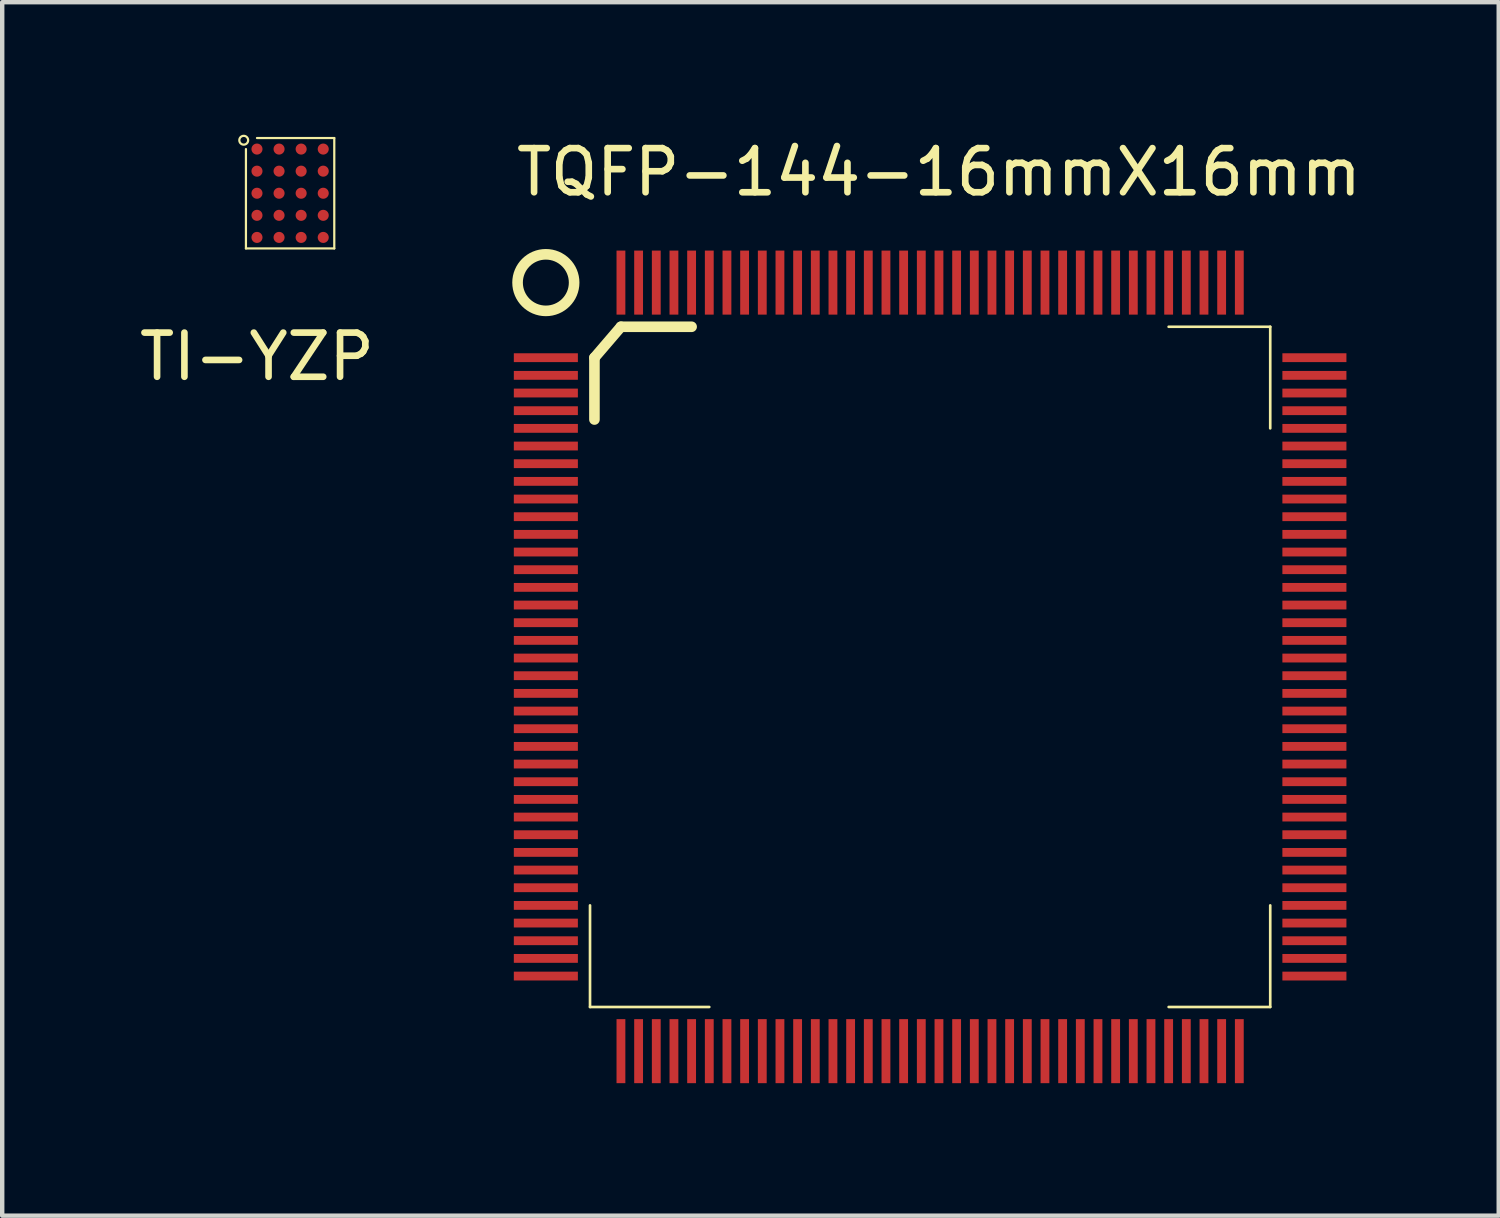
<source format=kicad_pcb>
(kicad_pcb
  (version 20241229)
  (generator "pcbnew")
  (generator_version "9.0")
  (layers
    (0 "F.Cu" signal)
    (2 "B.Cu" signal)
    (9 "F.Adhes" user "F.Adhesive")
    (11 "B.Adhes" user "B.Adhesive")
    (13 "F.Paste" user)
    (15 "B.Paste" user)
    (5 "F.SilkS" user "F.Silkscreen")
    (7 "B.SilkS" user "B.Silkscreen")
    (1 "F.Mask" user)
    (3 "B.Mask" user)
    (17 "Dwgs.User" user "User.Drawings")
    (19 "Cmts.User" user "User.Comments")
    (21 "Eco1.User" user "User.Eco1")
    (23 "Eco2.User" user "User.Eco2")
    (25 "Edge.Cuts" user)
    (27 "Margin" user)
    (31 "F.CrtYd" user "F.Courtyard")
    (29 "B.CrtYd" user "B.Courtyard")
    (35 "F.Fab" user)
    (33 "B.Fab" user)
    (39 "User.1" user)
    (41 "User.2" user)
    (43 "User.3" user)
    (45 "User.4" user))
  (footprint "TQFP-144-16mmX16mm"
    (layer "F.Cu")
    (at 9.308 5.048)
    (property "Reference" "TQFP-144-16mmX16mm" (at 8.9 -4.2 0) (layer "F.SilkS") (effects (font (size 1 1) (thickness 0.15))))
    (attr through_hole)
    (fp_line (start 1 12.4) (end 1 14.7) (stroke (width 0.06) (type solid)) (layer "F.SilkS"))
    (fp_line (start 1 14.7) (end 3.7 14.7) (stroke (width 0.06) (type solid)) (layer "F.SilkS"))
    (fp_line (start 1.1 0) (end 1.7 -0.7) (stroke (width 0.24) (type solid)) (layer "F.SilkS"))
    (fp_line (start 1.1 1.4) (end 1.1 0) (stroke (width 0.24) (type solid)) (layer "F.SilkS"))
    (fp_line (start 1.7 -0.7) (end 3.3 -0.7) (stroke (width 0.24) (type solid)) (layer "F.SilkS"))
    (fp_line (start 14.1 14.7) (end 16.4 14.7) (stroke (width 0.06) (type solid)) (layer "F.SilkS"))
    (fp_line (start 16.4 -0.7) (end 14.1 -0.7) (stroke (width 0.06) (type solid)) (layer "F.SilkS"))
    (fp_line (start 16.4 1.6) (end 16.4 -0.7) (stroke (width 0.06) (type solid)) (layer "F.SilkS"))
    (fp_line (start 16.4 14.7) (end 16.4 12.4) (stroke (width 0.06) (type solid)) (layer "F.SilkS"))
    (fp_circle (center 0 -1.7) (end 0.4 -1.2) (stroke (width 0.24) (type solid)) (fill no) (layer "F.SilkS"))
    (pad "1" smd rect (at 0 0) (size 1.45 0.2) (layers "F.Cu" "F.Mask" "F.Paste"))
    (pad "2" smd rect (at 0 0.4) (size 1.45 0.2) (layers "F.Cu" "F.Mask" "F.Paste"))
    (pad "3" smd rect (at 0 0.8) (size 1.45 0.2) (layers "F.Cu" "F.Mask" "F.Paste"))
    (pad "4" smd rect (at 0 1.2) (size 1.45 0.2) (layers "F.Cu" "F.Mask" "F.Paste"))
    (pad "5" smd rect (at 0 1.6) (size 1.45 0.2) (layers "F.Cu" "F.Mask" "F.Paste"))
    (pad "6" smd rect (at 0 2) (size 1.45 0.2) (layers "F.Cu" "F.Mask" "F.Paste"))
    (pad "7" smd rect (at 0 2.4) (size 1.45 0.2) (layers "F.Cu" "F.Mask" "F.Paste"))
    (pad "8" smd rect (at 0 2.8) (size 1.45 0.2) (layers "F.Cu" "F.Mask" "F.Paste"))
    (pad "9" smd rect (at 0 3.2) (size 1.45 0.2) (layers "F.Cu" "F.Mask" "F.Paste"))
    (pad "10" smd rect (at 0 3.6) (size 1.45 0.2) (layers "F.Cu" "F.Mask" "F.Paste"))
    (pad "11" smd rect (at 0 4) (size 1.45 0.2) (layers "F.Cu" "F.Mask" "F.Paste"))
    (pad "12" smd rect (at 0 4.4) (size 1.45 0.2) (layers "F.Cu" "F.Mask" "F.Paste"))
    (pad "13" smd rect (at 0 4.8) (size 1.45 0.2) (layers "F.Cu" "F.Mask" "F.Paste"))
    (pad "14" smd rect (at 0 5.2) (size 1.45 0.2) (layers "F.Cu" "F.Mask" "F.Paste"))
    (pad "15" smd rect (at 0 5.6) (size 1.45 0.2) (layers "F.Cu" "F.Mask" "F.Paste"))
    (pad "16" smd rect (at 0 6) (size 1.45 0.2) (layers "F.Cu" "F.Mask" "F.Paste"))
    (pad "17" smd rect (at 0 6.4) (size 1.45 0.2) (layers "F.Cu" "F.Mask" "F.Paste"))
    (pad "18" smd rect (at 0 6.8) (size 1.45 0.2) (layers "F.Cu" "F.Mask" "F.Paste"))
    (pad "19" smd rect (at 0 7.2) (size 1.45 0.2) (layers "F.Cu" "F.Mask" "F.Paste"))
    (pad "20" smd rect (at 0 7.6) (size 1.45 0.2) (layers "F.Cu" "F.Mask" "F.Paste"))
    (pad "21" smd rect (at 0 8) (size 1.45 0.2) (layers "F.Cu" "F.Mask" "F.Paste"))
    (pad "22" smd rect (at 0 8.4) (size 1.45 0.2) (layers "F.Cu" "F.Mask" "F.Paste"))
    (pad "23" smd rect (at 0 8.8) (size 1.45 0.2) (layers "F.Cu" "F.Mask" "F.Paste"))
    (pad "24" smd rect (at 0 9.2) (size 1.45 0.2) (layers "F.Cu" "F.Mask" "F.Paste"))
    (pad "25" smd rect (at 0 9.6) (size 1.45 0.2) (layers "F.Cu" "F.Mask" "F.Paste"))
    (pad "26" smd rect (at 0 10) (size 1.45 0.2) (layers "F.Cu" "F.Mask" "F.Paste"))
    (pad "27" smd rect (at 0 10.4) (size 1.45 0.2) (layers "F.Cu" "F.Mask" "F.Paste"))
    (pad "28" smd rect (at 0 10.8) (size 1.45 0.2) (layers "F.Cu" "F.Mask" "F.Paste"))
    (pad "29" smd rect (at 0 11.2) (size 1.45 0.2) (layers "F.Cu" "F.Mask" "F.Paste"))
    (pad "30" smd rect (at 0 11.6) (size 1.45 0.2) (layers "F.Cu" "F.Mask" "F.Paste"))
    (pad "31" smd rect (at 0 12) (size 1.45 0.2) (layers "F.Cu" "F.Mask" "F.Paste"))
    (pad "32" smd rect (at 0 12.4) (size 1.45 0.2) (layers "F.Cu" "F.Mask" "F.Paste"))
    (pad "33" smd rect (at 0 12.8) (size 1.45 0.2) (layers "F.Cu" "F.Mask" "F.Paste"))
    (pad "34" smd rect (at 0 13.2) (size 1.45 0.2) (layers "F.Cu" "F.Mask" "F.Paste"))
    (pad "35" smd rect (at 0 13.6) (size 1.45 0.2) (layers "F.Cu" "F.Mask" "F.Paste"))
    (pad "36" smd rect (at 0 14) (size 1.45 0.2) (layers "F.Cu" "F.Mask" "F.Paste"))
    (pad "37" smd rect (at 1.7 15.7) (size 0.2 1.45) (layers "F.Cu" "F.Mask" "F.Paste"))
    (pad "38" smd rect (at 2.1 15.7) (size 0.2 1.45) (layers "F.Cu" "F.Mask" "F.Paste"))
    (pad "39" smd rect (at 2.5 15.7) (size 0.2 1.45) (layers "F.Cu" "F.Mask" "F.Paste"))
    (pad "40" smd rect (at 2.9 15.7) (size 0.2 1.45) (layers "F.Cu" "F.Mask" "F.Paste"))
    (pad "41" smd rect (at 3.3 15.7) (size 0.2 1.45) (layers "F.Cu" "F.Mask" "F.Paste"))
    (pad "42" smd rect (at 3.7 15.7) (size 0.2 1.45) (layers "F.Cu" "F.Mask" "F.Paste"))
    (pad "43" smd rect (at 4.1 15.7) (size 0.2 1.45) (layers "F.Cu" "F.Mask" "F.Paste"))
    (pad "44" smd rect (at 4.5 15.7) (size 0.2 1.45) (layers "F.Cu" "F.Mask" "F.Paste"))
    (pad "45" smd rect (at 4.9 15.7) (size 0.2 1.45) (layers "F.Cu" "F.Mask" "F.Paste"))
    (pad "46" smd rect (at 5.3 15.7) (size 0.2 1.45) (layers "F.Cu" "F.Mask" "F.Paste"))
    (pad "47" smd rect (at 5.7 15.7) (size 0.2 1.45) (layers "F.Cu" "F.Mask" "F.Paste"))
    (pad "48" smd rect (at 6.1 15.7) (size 0.2 1.45) (layers "F.Cu" "F.Mask" "F.Paste"))
    (pad "49" smd rect (at 6.5 15.7) (size 0.2 1.45) (layers "F.Cu" "F.Mask" "F.Paste"))
    (pad "50" smd rect (at 6.9 15.7) (size 0.2 1.45) (layers "F.Cu" "F.Mask" "F.Paste"))
    (pad "51" smd rect (at 7.3 15.7) (size 0.2 1.45) (layers "F.Cu" "F.Mask" "F.Paste"))
    (pad "52" smd rect (at 7.7 15.7) (size 0.2 1.45) (layers "F.Cu" "F.Mask" "F.Paste"))
    (pad "53" smd rect (at 8.1 15.7) (size 0.2 1.45) (layers "F.Cu" "F.Mask" "F.Paste"))
    (pad "54" smd rect (at 8.5 15.7) (size 0.2 1.45) (layers "F.Cu" "F.Mask" "F.Paste"))
    (pad "55" smd rect (at 8.9 15.7) (size 0.2 1.45) (layers "F.Cu" "F.Mask" "F.Paste"))
    (pad "56" smd rect (at 9.3 15.7) (size 0.2 1.45) (layers "F.Cu" "F.Mask" "F.Paste"))
    (pad "57" smd rect (at 9.7 15.7) (size 0.2 1.45) (layers "F.Cu" "F.Mask" "F.Paste"))
    (pad "58" smd rect (at 10.1 15.7) (size 0.2 1.45) (layers "F.Cu" "F.Mask" "F.Paste"))
    (pad "59" smd rect (at 10.5 15.7) (size 0.2 1.45) (layers "F.Cu" "F.Mask" "F.Paste"))
    (pad "60" smd rect (at 10.9 15.7) (size 0.2 1.45) (layers "F.Cu" "F.Mask" "F.Paste"))
    (pad "61" smd rect (at 11.3 15.7) (size 0.2 1.45) (layers "F.Cu" "F.Mask" "F.Paste"))
    (pad "62" smd rect (at 11.7 15.7) (size 0.2 1.45) (layers "F.Cu" "F.Mask" "F.Paste"))
    (pad "63" smd rect (at 12.1 15.7) (size 0.2 1.45) (layers "F.Cu" "F.Mask" "F.Paste"))
    (pad "64" smd rect (at 12.5 15.7) (size 0.2 1.45) (layers "F.Cu" "F.Mask" "F.Paste"))
    (pad "65" smd rect (at 12.9 15.7) (size 0.2 1.45) (layers "F.Cu" "F.Mask" "F.Paste"))
    (pad "66" smd rect (at 13.3 15.7) (size 0.2 1.45) (layers "F.Cu" "F.Mask" "F.Paste"))
    (pad "67" smd rect (at 13.7 15.7) (size 0.2 1.45) (layers "F.Cu" "F.Mask" "F.Paste"))
    (pad "68" smd rect (at 14.1 15.7) (size 0.2 1.45) (layers "F.Cu" "F.Mask" "F.Paste"))
    (pad "69" smd rect (at 14.5 15.7) (size 0.2 1.45) (layers "F.Cu" "F.Mask" "F.Paste"))
    (pad "70" smd rect (at 14.9 15.7) (size 0.2 1.45) (layers "F.Cu" "F.Mask" "F.Paste"))
    (pad "71" smd rect (at 15.3 15.7) (size 0.2 1.45) (layers "F.Cu" "F.Mask" "F.Paste"))
    (pad "72" smd rect (at 15.7 15.7) (size 0.2 1.45) (layers "F.Cu" "F.Mask" "F.Paste"))
    (pad "73" smd rect (at 17.4 14) (size 1.45 0.2) (layers "F.Cu" "F.Mask" "F.Paste"))
    (pad "74" smd rect (at 17.4 13.6) (size 1.45 0.2) (layers "F.Cu" "F.Mask" "F.Paste"))
    (pad "75" smd rect (at 17.4 13.2) (size 1.45 0.2) (layers "F.Cu" "F.Mask" "F.Paste"))
    (pad "76" smd rect (at 17.4 12.8) (size 1.45 0.2) (layers "F.Cu" "F.Mask" "F.Paste"))
    (pad "77" smd rect (at 17.4 12.4) (size 1.45 0.2) (layers "F.Cu" "F.Mask" "F.Paste"))
    (pad "78" smd rect (at 17.4 12) (size 1.45 0.2) (layers "F.Cu" "F.Mask" "F.Paste"))
    (pad "79" smd rect (at 17.4 11.6) (size 1.45 0.2) (layers "F.Cu" "F.Mask" "F.Paste"))
    (pad "80" smd rect (at 17.4 11.2) (size 1.45 0.2) (layers "F.Cu" "F.Mask" "F.Paste"))
    (pad "81" smd rect (at 17.4 10.8) (size 1.45 0.2) (layers "F.Cu" "F.Mask" "F.Paste"))
    (pad "82" smd rect (at 17.4 10.4) (size 1.45 0.2) (layers "F.Cu" "F.Mask" "F.Paste"))
    (pad "83" smd rect (at 17.4 10) (size 1.45 0.2) (layers "F.Cu" "F.Mask" "F.Paste"))
    (pad "84" smd rect (at 17.4 9.6) (size 1.45 0.2) (layers "F.Cu" "F.Mask" "F.Paste"))
    (pad "85" smd rect (at 17.4 9.2) (size 1.45 0.2) (layers "F.Cu" "F.Mask" "F.Paste"))
    (pad "86" smd rect (at 17.4 8.8) (size 1.45 0.2) (layers "F.Cu" "F.Mask" "F.Paste"))
    (pad "87" smd rect (at 17.4 8.4) (size 1.45 0.2) (layers "F.Cu" "F.Mask" "F.Paste"))
    (pad "88" smd rect (at 17.4 8) (size 1.45 0.2) (layers "F.Cu" "F.Mask" "F.Paste"))
    (pad "89" smd rect (at 17.4 7.6) (size 1.45 0.2) (layers "F.Cu" "F.Mask" "F.Paste"))
    (pad "90" smd rect (at 17.4 7.2) (size 1.45 0.2) (layers "F.Cu" "F.Mask" "F.Paste"))
    (pad "91" smd rect (at 17.4 6.8) (size 1.45 0.2) (layers "F.Cu" "F.Mask" "F.Paste"))
    (pad "92" smd rect (at 17.4 6.4) (size 1.45 0.2) (layers "F.Cu" "F.Mask" "F.Paste"))
    (pad "93" smd rect (at 17.4 6) (size 1.45 0.2) (layers "F.Cu" "F.Mask" "F.Paste"))
    (pad "94" smd rect (at 17.4 5.6) (size 1.45 0.2) (layers "F.Cu" "F.Mask" "F.Paste"))
    (pad "95" smd rect (at 17.4 5.2) (size 1.45 0.2) (layers "F.Cu" "F.Mask" "F.Paste"))
    (pad "96" smd rect (at 17.4 4.8) (size 1.45 0.2) (layers "F.Cu" "F.Mask" "F.Paste"))
    (pad "97" smd rect (at 17.4 4.4) (size 1.45 0.2) (layers "F.Cu" "F.Mask" "F.Paste"))
    (pad "98" smd rect (at 17.4 4) (size 1.45 0.2) (layers "F.Cu" "F.Mask" "F.Paste"))
    (pad "99" smd rect (at 17.4 3.6) (size 1.45 0.2) (layers "F.Cu" "F.Mask" "F.Paste"))
    (pad "100" smd rect (at 17.4 3.2) (size 1.45 0.2) (layers "F.Cu" "F.Mask" "F.Paste"))
    (pad "101" smd rect (at 17.4 2.8) (size 1.45 0.2) (layers "F.Cu" "F.Mask" "F.Paste"))
    (pad "102" smd rect (at 17.4 2.4) (size 1.45 0.2) (layers "F.Cu" "F.Mask" "F.Paste"))
    (pad "103" smd rect (at 17.4 2) (size 1.45 0.2) (layers "F.Cu" "F.Mask" "F.Paste"))
    (pad "104" smd rect (at 17.4 1.6) (size 1.45 0.2) (layers "F.Cu" "F.Mask" "F.Paste"))
    (pad "105" smd rect (at 17.4 1.2) (size 1.45 0.2) (layers "F.Cu" "F.Mask" "F.Paste"))
    (pad "106" smd rect (at 17.4 0.8) (size 1.45 0.2) (layers "F.Cu" "F.Mask" "F.Paste"))
    (pad "107" smd rect (at 17.4 0.4) (size 1.45 0.2) (layers "F.Cu" "F.Mask" "F.Paste"))
    (pad "108" smd rect (at 17.4 0) (size 1.45 0.2) (layers "F.Cu" "F.Mask" "F.Paste"))
    (pad "109" smd rect (at 15.7 -1.7) (size 0.2 1.45) (layers "F.Cu" "F.Mask" "F.Paste"))
    (pad "110" smd rect (at 15.3 -1.7) (size 0.2 1.45) (layers "F.Cu" "F.Mask" "F.Paste"))
    (pad "111" smd rect (at 14.9 -1.7) (size 0.2 1.45) (layers "F.Cu" "F.Mask" "F.Paste"))
    (pad "112" smd rect (at 14.5 -1.7) (size 0.2 1.45) (layers "F.Cu" "F.Mask" "F.Paste"))
    (pad "113" smd rect (at 14.1 -1.7) (size 0.2 1.45) (layers "F.Cu" "F.Mask" "F.Paste"))
    (pad "114" smd rect (at 13.7 -1.7) (size 0.2 1.45) (layers "F.Cu" "F.Mask" "F.Paste"))
    (pad "115" smd rect (at 13.3 -1.7) (size 0.2 1.45) (layers "F.Cu" "F.Mask" "F.Paste"))
    (pad "116" smd rect (at 12.9 -1.7) (size 0.2 1.45) (layers "F.Cu" "F.Mask" "F.Paste"))
    (pad "117" smd rect (at 12.5 -1.7) (size 0.2 1.45) (layers "F.Cu" "F.Mask" "F.Paste"))
    (pad "118" smd rect (at 12.1 -1.7) (size 0.2 1.45) (layers "F.Cu" "F.Mask" "F.Paste"))
    (pad "119" smd rect (at 11.7 -1.7) (size 0.2 1.45) (layers "F.Cu" "F.Mask" "F.Paste"))
    (pad "120" smd rect (at 11.3 -1.7) (size 0.2 1.45) (layers "F.Cu" "F.Mask" "F.Paste"))
    (pad "121" smd rect (at 10.9 -1.7) (size 0.2 1.45) (layers "F.Cu" "F.Mask" "F.Paste"))
    (pad "122" smd rect (at 10.5 -1.7) (size 0.2 1.45) (layers "F.Cu" "F.Mask" "F.Paste"))
    (pad "123" smd rect (at 10.1 -1.7) (size 0.2 1.45) (layers "F.Cu" "F.Mask" "F.Paste"))
    (pad "124" smd rect (at 9.7 -1.7) (size 0.2 1.45) (layers "F.Cu" "F.Mask" "F.Paste"))
    (pad "125" smd rect (at 9.3 -1.7) (size 0.2 1.45) (layers "F.Cu" "F.Mask" "F.Paste"))
    (pad "126" smd rect (at 8.9 -1.7) (size 0.2 1.45) (layers "F.Cu" "F.Mask" "F.Paste"))
    (pad "127" smd rect (at 8.5 -1.7) (size 0.2 1.45) (layers "F.Cu" "F.Mask" "F.Paste"))
    (pad "128" smd rect (at 8.1 -1.7) (size 0.2 1.45) (layers "F.Cu" "F.Mask" "F.Paste"))
    (pad "129" smd rect (at 7.7 -1.7) (size 0.2 1.45) (layers "F.Cu" "F.Mask" "F.Paste"))
    (pad "130" smd rect (at 7.3 -1.7) (size 0.2 1.45) (layers "F.Cu" "F.Mask" "F.Paste"))
    (pad "131" smd rect (at 6.9 -1.7) (size 0.2 1.45) (layers "F.Cu" "F.Mask" "F.Paste"))
    (pad "132" smd rect (at 6.5 -1.7) (size 0.2 1.45) (layers "F.Cu" "F.Mask" "F.Paste"))
    (pad "133" smd rect (at 6.1 -1.7) (size 0.2 1.45) (layers "F.Cu" "F.Mask" "F.Paste"))
    (pad "134" smd rect (at 5.7 -1.7) (size 0.2 1.45) (layers "F.Cu" "F.Mask" "F.Paste"))
    (pad "135" smd rect (at 5.3 -1.7) (size 0.2 1.45) (layers "F.Cu" "F.Mask" "F.Paste"))
    (pad "136" smd rect (at 4.9 -1.7) (size 0.2 1.45) (layers "F.Cu" "F.Mask" "F.Paste"))
    (pad "137" smd rect (at 4.5 -1.7) (size 0.2 1.45) (layers "F.Cu" "F.Mask" "F.Paste"))
    (pad "138" smd rect (at 4.1 -1.7) (size 0.2 1.45) (layers "F.Cu" "F.Mask" "F.Paste"))
    (pad "139" smd rect (at 3.7 -1.7) (size 0.2 1.45) (layers "F.Cu" "F.Mask" "F.Paste"))
    (pad "140" smd rect (at 3.3 -1.7) (size 0.2 1.45) (layers "F.Cu" "F.Mask" "F.Paste"))
    (pad "141" smd rect (at 2.9 -1.7) (size 0.2 1.45) (layers "F.Cu" "F.Mask" "F.Paste"))
    (pad "142" smd rect (at 2.5 -1.7) (size 0.2 1.45) (layers "F.Cu" "F.Mask" "F.Paste"))
    (pad "143" smd rect (at 2.1 -1.7) (size 0.2 1.45) (layers "F.Cu" "F.Mask" "F.Paste"))
    (pad "144" smd rect (at 1.7 -1.7) (size 0.2 1.45) (layers "F.Cu" "F.Mask" "F.Paste")))
  (footprint "TI-YZP"
    (layer "F.Cu")
    (at 2.768 2.325)
    (property "Reference" "TI-YZP" (at 0 2.7 0) (layer "F.SilkS") (effects (font (size 1 1) (thickness 0.15))))
    (attr through_hole)
    (fp_line (start -0.25 -2) (end -0.25 0.25) (stroke (width 0.05) (type solid)) (layer "F.SilkS"))
    (fp_line (start -0.25 0.25) (end 1.75 0.25) (stroke (width 0.05) (type solid)) (layer "F.SilkS"))
    (fp_line (start 1.75 -2.25) (end 0 -2.25) (stroke (width 0.05) (type solid)) (layer "F.SilkS"))
    (fp_line (start 1.75 0.25) (end 1.75 -2.25) (stroke (width 0.05) (type solid)) (layer "F.SilkS"))
    (fp_circle (center -0.3 -2.2) (end -0.3 -2.1) (stroke (width 0.05) (type solid)) (fill no) (layer "F.SilkS"))
    (pad "A1" smd circle (at 0 -2) (size 0.25 0.25) (layers "F.Cu" "F.Mask" "F.Paste"))
    (pad "A2" smd circle (at 0.5 -2) (size 0.25 0.25) (layers "F.Cu" "F.Mask" "F.Paste"))
    (pad "A3" smd circle (at 1 -2) (size 0.25 0.25) (layers "F.Cu" "F.Mask" "F.Paste"))
    (pad "A4" smd circle (at 1.5 -2) (size 0.25 0.25) (layers "F.Cu" "F.Mask" "F.Paste"))
    (pad "B1" smd circle (at 0 -1.5) (size 0.25 0.25) (layers "F.Cu" "F.Mask" "F.Paste"))
    (pad "B2" smd circle (at 0.5 -1.5) (size 0.25 0.25) (layers "F.Cu" "F.Mask" "F.Paste"))
    (pad "B3" smd circle (at 1 -1.5) (size 0.25 0.25) (layers "F.Cu" "F.Mask" "F.Paste"))
    (pad "B4" smd circle (at 1.5 -1.5) (size 0.25 0.25) (layers "F.Cu" "F.Mask" "F.Paste"))
    (pad "C1" smd circle (at 0 -1) (size 0.25 0.25) (layers "F.Cu" "F.Mask" "F.Paste"))
    (pad "C2" smd circle (at 0.5 -1) (size 0.25 0.25) (layers "F.Cu" "F.Mask" "F.Paste"))
    (pad "C3" smd circle (at 1 -1) (size 0.25 0.25) (layers "F.Cu" "F.Mask" "F.Paste"))
    (pad "C4" smd circle (at 1.5 -1) (size 0.25 0.25) (layers "F.Cu" "F.Mask" "F.Paste"))
    (pad "D1" smd circle (at 0 -0.5) (size 0.25 0.25) (layers "F.Cu" "F.Mask" "F.Paste"))
    (pad "D2" smd circle (at 0.5 -0.5) (size 0.25 0.25) (layers "F.Cu" "F.Mask" "F.Paste"))
    (pad "D3" smd circle (at 1 -0.5) (size 0.25 0.25) (layers "F.Cu" "F.Mask" "F.Paste"))
    (pad "D4" smd circle (at 1.5 -0.5) (size 0.25 0.25) (layers "F.Cu" "F.Mask" "F.Paste"))
    (pad "E1" smd circle (at 0 0) (size 0.25 0.25) (layers "F.Cu" "F.Mask" "F.Paste"))
    (pad "E2" smd circle (at 0.5 0) (size 0.25 0.25) (layers "F.Cu" "F.Mask" "F.Paste"))
    (pad "E3" smd circle (at 1 0) (size 0.25 0.25) (layers "F.Cu" "F.Mask" "F.Paste"))
    (pad "E4" smd circle (at 1.5 0) (size 0.25 0.25) (layers "F.Cu" "F.Mask" "F.Paste")))
  (gr_rect
    (start -3 -3)
    (end 30.881 24.473)
    (stroke (width 0.1) (type default))
    (fill no)
    (layer "Edge.Cuts")))
</source>
